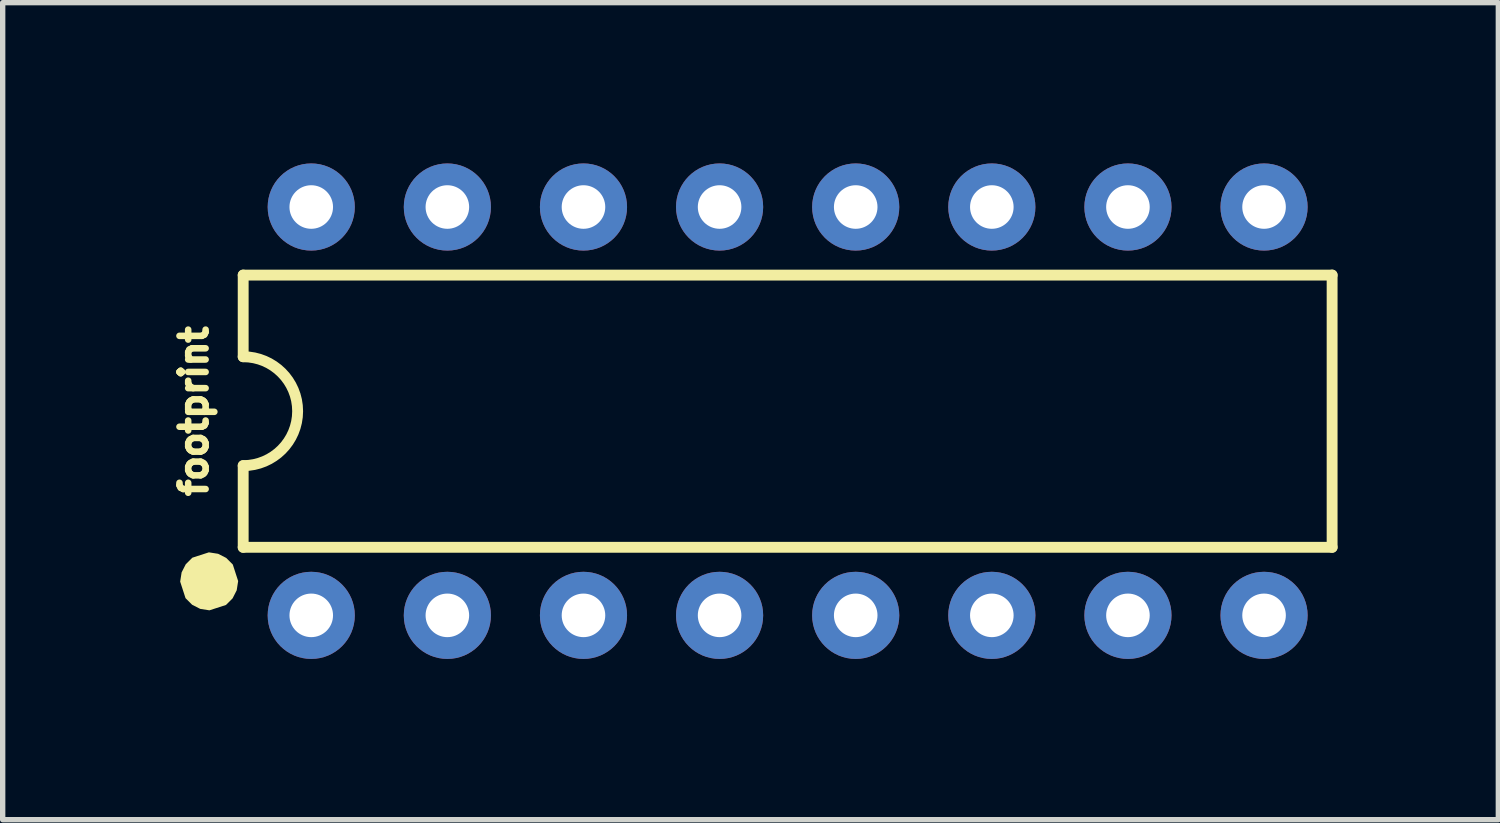
<source format=kicad_pcb>
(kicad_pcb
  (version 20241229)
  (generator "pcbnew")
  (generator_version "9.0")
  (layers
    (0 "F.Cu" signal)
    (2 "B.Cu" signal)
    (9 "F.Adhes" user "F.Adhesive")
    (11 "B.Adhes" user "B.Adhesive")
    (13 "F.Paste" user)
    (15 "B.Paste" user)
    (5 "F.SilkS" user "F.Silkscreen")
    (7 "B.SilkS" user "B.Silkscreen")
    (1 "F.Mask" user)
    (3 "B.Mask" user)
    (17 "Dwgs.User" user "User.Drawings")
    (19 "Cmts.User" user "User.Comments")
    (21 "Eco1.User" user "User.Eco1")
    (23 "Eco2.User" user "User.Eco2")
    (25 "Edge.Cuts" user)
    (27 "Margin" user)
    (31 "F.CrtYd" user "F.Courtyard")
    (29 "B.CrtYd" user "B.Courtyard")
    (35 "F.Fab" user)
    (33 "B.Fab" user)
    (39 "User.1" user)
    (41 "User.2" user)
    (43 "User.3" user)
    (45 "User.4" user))
  (footprint "footprint"
    (layer "F.Cu")
    (at 11.648 4.623)
    (property "Reference" "footprint" (at -10.795 0 90) (layer "F.SilkS") (effects (font (size 0.488 0.488) (thickness 0.122)) (justify bottom)))
    (fp_line (start -10.16 -2.54) (end -10.16 -1.016) (stroke (width 0.203) (type solid)) (layer "F.SilkS"))
    (fp_line (start -10.16 2.54) (end -10.16 1.016) (stroke (width 0.203) (type solid)) (layer "F.SilkS"))
    (fp_line (start -10.16 2.54) (end 10.16 2.54) (stroke (width 0.203) (type solid)) (layer "F.SilkS"))
    (fp_line (start 10.16 -2.54) (end -10.16 -2.54) (stroke (width 0.203) (type solid)) (layer "F.SilkS"))
    (fp_line (start 10.16 -2.54) (end 10.16 2.54) (stroke (width 0.203) (type solid)) (layer "F.SilkS"))
    (fp_arc (start -10.16 -1.016) (mid -9.144 0) (end -10.16 1.016) (stroke (width 0.2032) (type solid)) (layer "F.SilkS"))
    (fp_poly (pts (xy -10.628 2.661) (xy -10.477 2.738) (xy -10.354 2.861) (xy -10.254 3.17) (xy -10.281 3.342) (xy -10.358 3.493) (xy -10.481 3.616) (xy -10.79 3.716) (xy -10.962 3.689) (xy -11.113 3.612) (xy -11.236 3.489) (xy -11.336 3.18) (xy -11.309 3.008) (xy -11.232 2.857) (xy -11.109 2.734) (xy -10.8 2.634)) (stroke (width 0) (type solid)) (fill yes) (layer "F.SilkS"))
    (pad "1" thru_hole circle (at -8.89 3.81 90) (size 1.626 1.626) (drill 0.813) (layers "*.Cu" "*.Mask"))
    (pad "2" thru_hole circle (at -6.35 3.81 90) (size 1.626 1.626) (drill 0.813) (layers "*.Cu" "*.Mask"))
    (pad "3" thru_hole circle (at -3.81 3.81 90) (size 1.626 1.626) (drill 0.813) (layers "*.Cu" "*.Mask"))
    (pad "4" thru_hole circle (at -1.27 3.81 90) (size 1.626 1.626) (drill 0.813) (layers "*.Cu" "*.Mask"))
    (pad "5" thru_hole circle (at 1.27 3.81 90) (size 1.626 1.626) (drill 0.813) (layers "*.Cu" "*.Mask"))
    (pad "6" thru_hole circle (at 3.81 3.81 90) (size 1.626 1.626) (drill 0.813) (layers "*.Cu" "*.Mask"))
    (pad "7" thru_hole circle (at 6.35 3.81 90) (size 1.626 1.626) (drill 0.813) (layers "*.Cu" "*.Mask"))
    (pad "8" thru_hole circle (at 8.89 3.81 90) (size 1.626 1.626) (drill 0.813) (layers "*.Cu" "*.Mask"))
    (pad "9" thru_hole circle (at 8.89 -3.81 90) (size 1.626 1.626) (drill 0.813) (layers "*.Cu" "*.Mask"))
    (pad "10" thru_hole circle (at 6.35 -3.81 90) (size 1.626 1.626) (drill 0.813) (layers "*.Cu" "*.Mask"))
    (pad "11" thru_hole circle (at 3.81 -3.81 90) (size 1.626 1.626) (drill 0.813) (layers "*.Cu" "*.Mask"))
    (pad "12" thru_hole circle (at 1.27 -3.81 90) (size 1.626 1.626) (drill 0.813) (layers "*.Cu" "*.Mask"))
    (pad "13" thru_hole circle (at -1.27 -3.81 90) (size 1.626 1.626) (drill 0.813) (layers "*.Cu" "*.Mask"))
    (pad "14" thru_hole circle (at -3.81 -3.81 90) (size 1.626 1.626) (drill 0.813) (layers "*.Cu" "*.Mask"))
    (pad "15" thru_hole circle (at -6.35 -3.81 90) (size 1.626 1.626) (drill 0.813) (layers "*.Cu" "*.Mask"))
    (pad "16" thru_hole circle (at -8.89 -3.81 90) (size 1.626 1.626) (drill 0.813) (layers "*.Cu" "*.Mask")))
  (gr_rect
    (start -3 -3)
    (end 24.91 12.246)
    (stroke (width 0.1) (type default))
    (fill no)
    (layer "Edge.Cuts")))
</source>
